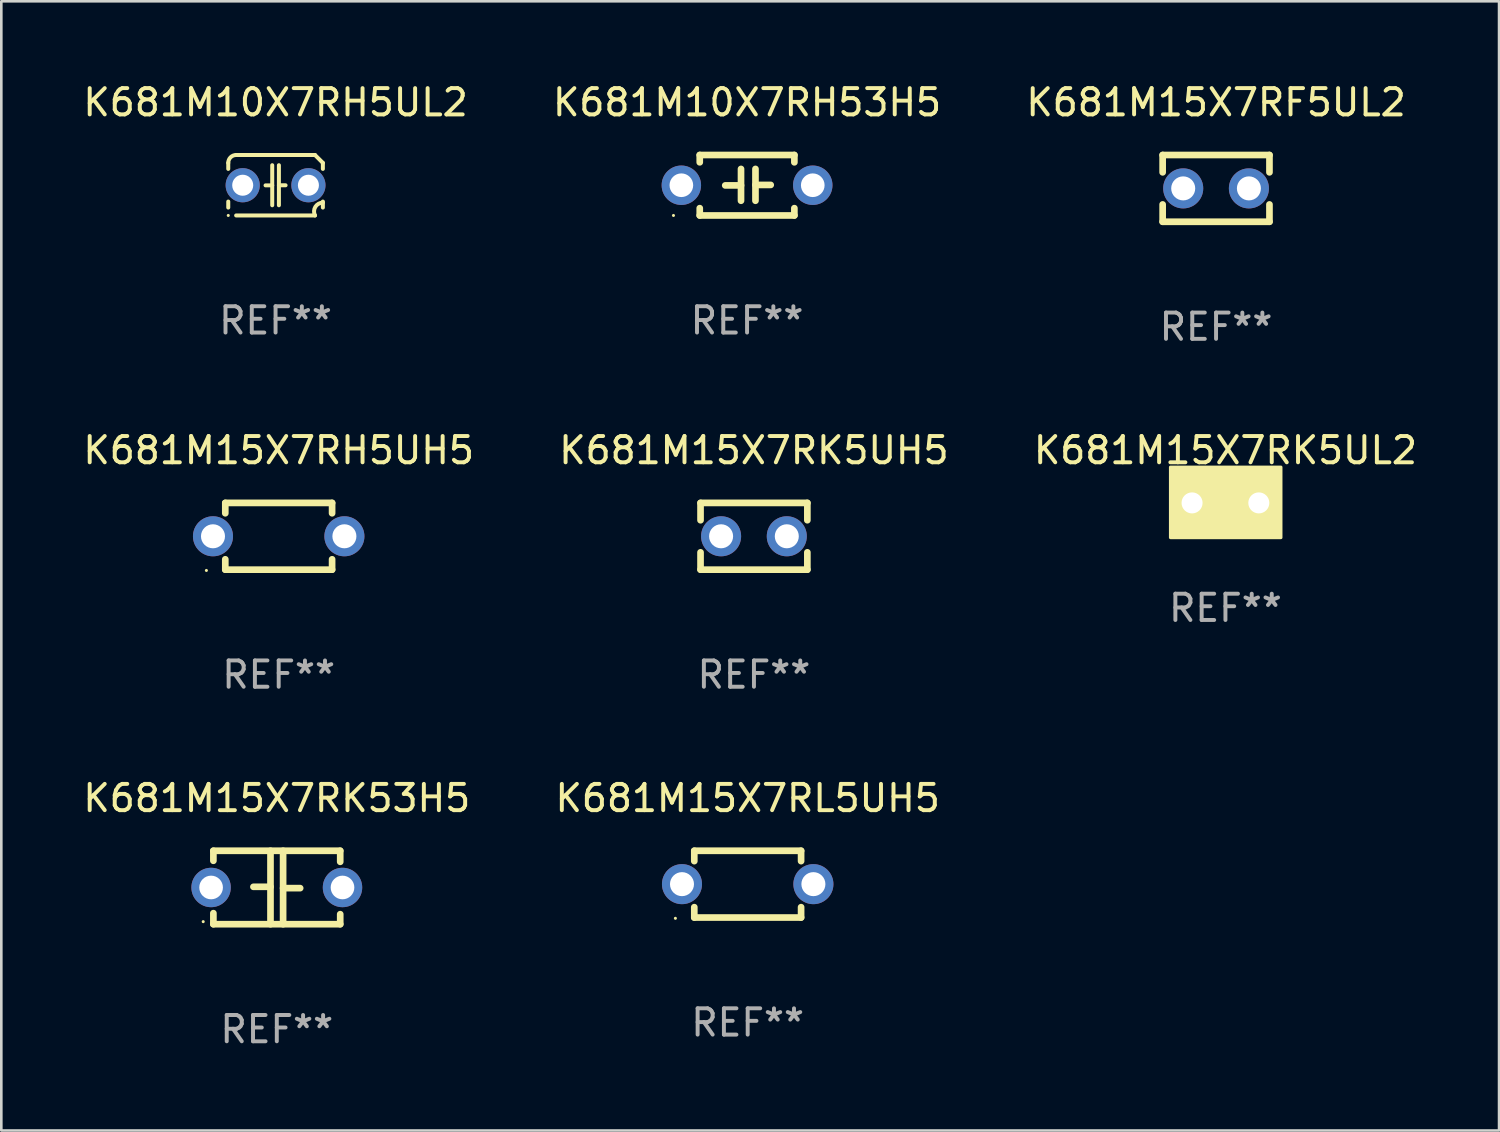
<source format=kicad_pcb>
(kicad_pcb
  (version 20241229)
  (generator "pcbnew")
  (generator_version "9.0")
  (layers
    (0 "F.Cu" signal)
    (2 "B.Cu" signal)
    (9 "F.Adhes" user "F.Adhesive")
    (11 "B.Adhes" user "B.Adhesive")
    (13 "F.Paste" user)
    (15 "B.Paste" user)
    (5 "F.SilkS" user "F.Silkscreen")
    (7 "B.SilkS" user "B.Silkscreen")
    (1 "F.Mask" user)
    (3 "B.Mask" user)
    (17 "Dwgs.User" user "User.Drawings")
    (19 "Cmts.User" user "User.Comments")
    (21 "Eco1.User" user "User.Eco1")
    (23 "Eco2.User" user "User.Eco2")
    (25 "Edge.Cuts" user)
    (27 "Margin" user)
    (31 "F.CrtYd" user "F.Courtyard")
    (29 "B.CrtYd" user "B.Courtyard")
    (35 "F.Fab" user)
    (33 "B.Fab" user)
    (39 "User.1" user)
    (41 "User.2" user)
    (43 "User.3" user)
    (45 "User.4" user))
  (footprint "K681M15X7RK53H5"
    (layer "F.Cu")
    (at 7.482 30.718)
    (property "Reference" "K681M15X7RK53H5" (at 0 -3.397 0) (layer "F.SilkS") (effects (font (size 1 1) (thickness 0.15))))
    (attr through_hole)
    (fp_line (start -2.413 -1.397) (end 2.413 -1.397) (stroke (width 0.254) (type solid)) (layer "F.SilkS"))
    (fp_line (start -2.413 -1.016) (end -2.413 -1.397) (stroke (width 0.254) (type solid)) (layer "F.SilkS"))
    (fp_line (start -2.413 0.977) (end -2.413 1.397) (stroke (width 0.254) (type solid)) (layer "F.SilkS"))
    (fp_line (start -0.24 -0.025) (end -0.889 -0.025) (stroke (width 0.254) (type solid)) (layer "F.SilkS"))
    (fp_line (start -0.24 1.397) (end -0.24 -1.397) (stroke (width 0.254) (type solid)) (layer "F.SilkS"))
    (fp_line (start 0.24 -1.397) (end 0.24 1.397) (stroke (width 0.254) (type solid)) (layer "F.SilkS"))
    (fp_line (start 0.24 0.025) (end 0.889 0.025) (stroke (width 0.254) (type solid)) (layer "F.SilkS"))
    (fp_line (start 2.413 -0.977) (end 2.413 -1.397) (stroke (width 0.254) (type solid)) (layer "F.SilkS"))
    (fp_line (start 2.413 1.016) (end 2.413 1.397) (stroke (width 0.254) (type solid)) (layer "F.SilkS"))
    (fp_line (start 2.413 1.397) (end -2.413 1.397) (stroke (width 0.254) (type solid)) (layer "F.SilkS"))
    (fp_circle (center -2.8 1.3) (end -2.77 1.3) (stroke (width 0.06) (type solid)) (fill no) (layer "F.SilkS"))
    (fp_text user "REF**" (at 0 5.397 0) (layer "F.Fab") (effects (font (size 1 1) (thickness 0.15))))
    (pad "1" thru_hole circle (at -2.5 0) (size 1.5 1.5) (drill 0.9) (layers "*.Cu" "*.Mask"))
    (pad "2" thru_hole circle (at 2.5 0) (size 1.5 1.5) (drill 0.9) (layers "*.Cu" "*.Mask")))
  (footprint "K681M10X7RH5UL2"
    (layer "F.Cu")
    (at 7.435 3.998)
    (property "Reference" "K681M10X7RH5UL2" (at 0 -3.15 0) (layer "F.SilkS") (effects (font (size 1 1) (thickness 0.15))))
    (attr through_hole)
    (fp_line (start -1.8 -0.621) (end -1.8 -0.85) (stroke (width 0.152) (type solid)) (layer "F.SilkS"))
    (fp_line (start -1.8 0.85) (end -1.8 0.621) (stroke (width 0.152) (type solid)) (layer "F.SilkS"))
    (fp_line (start -1.5 -1.15) (end 1.5 -1.15) (stroke (width 0.152) (type solid)) (layer "F.SilkS"))
    (fp_line (start -0.127 -0.762) (end -0.127 0.762) (stroke (width 0.152) (type solid)) (layer "F.SilkS"))
    (fp_line (start -0.127 0.005) (end -0.381 0.005) (stroke (width 0.152) (type solid)) (layer "F.SilkS"))
    (fp_line (start 0.127 -0.762) (end 0.127 0.762) (stroke (width 0.152) (type solid)) (layer "F.SilkS"))
    (fp_line (start 0.127 0.002) (end 0.381 0.002) (stroke (width 0.152) (type solid)) (layer "F.SilkS"))
    (fp_line (start 1.5 1.15) (end -1.5 1.15) (stroke (width 0.152) (type solid)) (layer "F.SilkS"))
    (fp_line (start 1.8 -0.85) (end 1.8 -0.621) (stroke (width 0.152) (type solid)) (layer "F.SilkS"))
    (fp_line (start 1.8 0.621) (end 1.8 0.85) (stroke (width 0.152) (type solid)) (layer "F.SilkS"))
    (fp_arc (start -1.799975 -0.849987) (mid -1.712107 -1.062119) (end -1.499975 -1.149987) (stroke (width 0.151994) (type solid)) (layer "F.SilkS"))
    (fp_arc (start 1.499975 1.149987) (mid 1.513726 0.822359) (end 1.799975 0.662387) (stroke (width 0.151994) (type solid)) (layer "F.SilkS"))
    (fp_arc (start 1.500001 -1.149986) (mid 1.650015 -1.000001) (end 1.8 -0.849987) (stroke (width 0.151994) (type solid)) (layer "F.SilkS"))
    (fp_circle (center -1.8 1.15) (end -1.77 1.15) (stroke (width 0.06) (type solid)) (fill no) (layer "F.SilkS"))
    (fp_text user "REF**" (at 0 5.15 0) (layer "F.Fab") (effects (font (size 1 1) (thickness 0.15))))
    (pad "1" thru_hole circle (at -1.25 0) (size 1.3 1.3) (drill 0.8) (layers "*.Cu" "*.Mask"))
    (pad "2" thru_hole circle (at 1.25 0) (size 1.3 1.3) (drill 0.8) (layers "*.Cu" "*.Mask")))
  (footprint "K681M15X7RK5UL2"
    (layer "F.Cu")
    (at 43.577 16.085)
    (property "Reference" "K681M15X7RK5UL2" (at 0 -2 0) (layer "F.SilkS") (effects (font (size 1 1) (thickness 0.15))))
    (attr through_hole)
    (fp_circle (center -2 1.3) (end -1.97 1.3) (stroke (width 0.06) (type solid)) (fill no) (layer "F.SilkS"))
    (fp_poly (pts (xy -2.09 -1.36) (xy 2.11 -1.36) (xy 2.11 1.32) (xy -2.09 1.32)) (stroke (width 0.12) (type solid)) (fill yes) (layer "F.SilkS"))
    (fp_text user "REF**" (at 0 4 0) (layer "F.Fab") (effects (font (size 1 1) (thickness 0.15))))
    (pad "1" thru_hole circle (at -1.27 0) (size 1.4 1.4) (drill 0.8) (layers "*.Cu" "*.Mask"))
    (pad "2" thru_hole circle (at 1.27 0) (size 1.4 1.4) (drill 0.8) (layers "*.Cu" "*.Mask")))
  (footprint "K681M10X7RH53H5"
    (layer "F.Cu")
    (at 25.375 3.998)
    (property "Reference" "K681M10X7RH53H5" (at 0 -3.15 0) (layer "F.SilkS") (effects (font (size 1 1) (thickness 0.15))))
    (attr through_hole)
    (fp_line (start -1.8 -1.15) (end -1.8 -0.872) (stroke (width 0.254) (type solid)) (layer "F.SilkS"))
    (fp_line (start -1.8 -1.15) (end 1.8 -1.15) (stroke (width 0.254) (type solid)) (layer "F.SilkS"))
    (fp_line (start -1.8 0.872) (end -1.8 1.15) (stroke (width 0.254) (type solid)) (layer "F.SilkS"))
    (fp_line (start -1.8 1.15) (end 1.8 1.15) (stroke (width 0.254) (type solid)) (layer "F.SilkS"))
    (fp_line (start -0.23 -0.62) (end -0.23 0.59) (stroke (width 0.254) (type solid)) (layer "F.SilkS"))
    (fp_line (start -0.23 0.007) (end -0.83 0.007) (stroke (width 0.254) (type solid)) (layer "F.SilkS"))
    (fp_line (start 0.32 -0.62) (end 0.32 0.59) (stroke (width 0.254) (type solid)) (layer "F.SilkS"))
    (fp_line (start 0.32 -0.012) (end 0.9 -0.012) (stroke (width 0.254) (type solid)) (layer "F.SilkS"))
    (fp_line (start 1.8 -1.15) (end 1.8 -0.872) (stroke (width 0.254) (type solid)) (layer "F.SilkS"))
    (fp_line (start 1.8 0.872) (end 1.8 1.15) (stroke (width 0.254) (type solid)) (layer "F.SilkS"))
    (fp_circle (center -2.8 1.15) (end -2.77 1.15) (stroke (width 0.06) (type solid)) (fill no) (layer "F.SilkS"))
    (fp_text user "REF**" (at 0 5.15 0) (layer "F.Fab") (effects (font (size 1 1) (thickness 0.15))))
    (pad "1" thru_hole circle (at -2.5 0) (size 1.5 1.5) (drill 0.9) (layers "*.Cu" "*.Mask"))
    (pad "2" thru_hole circle (at 2.5 0) (size 1.5 1.5) (drill 0.9) (layers "*.Cu" "*.Mask")))
  (footprint "K681M15X7RL5UH5"
    (layer "F.Cu")
    (at 25.399 30.591)
    (property "Reference" "K681M15X7RL5UH5" (at 0 -3.27 0) (layer "F.SilkS") (effects (font (size 1 1) (thickness 0.15))))
    (attr through_hole)
    (fp_line (start -2.032 -1.27) (end -2.032 -0.876) (stroke (width 0.254) (type solid)) (layer "F.SilkS"))
    (fp_line (start -2.032 0.876) (end -2.032 1.27) (stroke (width 0.254) (type solid)) (layer "F.SilkS"))
    (fp_line (start -2.032 1.27) (end 2.032 1.27) (stroke (width 0.254) (type solid)) (layer "F.SilkS"))
    (fp_line (start 2.032 -1.27) (end -2.032 -1.27) (stroke (width 0.254) (type solid)) (layer "F.SilkS"))
    (fp_line (start 2.032 -0.876) (end 2.032 -1.27) (stroke (width 0.254) (type solid)) (layer "F.SilkS"))
    (fp_line (start 2.032 1.27) (end 2.032 0.876) (stroke (width 0.254) (type solid)) (layer "F.SilkS"))
    (fp_circle (center -2.751 1.3) (end -2.721 1.3) (stroke (width 0.06) (type solid)) (fill no) (layer "F.SilkS"))
    (fp_text user "REF**" (at 0 5.27 0) (layer "F.Fab") (effects (font (size 1 1) (thickness 0.15))))
    (pad "1" thru_hole circle (at -2.5 0) (size 1.524 1.524) (drill 0.914) (layers "*.Cu" "*.Mask"))
    (pad "2" thru_hole circle (at 2.5 0) (size 1.524 1.524) (drill 0.914) (layers "*.Cu" "*.Mask")))
  (footprint "K681M15X7RF5UL2"
    (layer "F.Cu")
    (at 43.22 4.118)
    (property "Reference" "K681M15X7RF5UL2" (at 0 -3.27 0) (layer "F.SilkS") (effects (font (size 1 1) (thickness 0.15))))
    (attr through_hole)
    (fp_line (start -2.032 -1.27) (end -2.032 -0.611) (stroke (width 0.254) (type solid)) (layer "F.SilkS"))
    (fp_line (start -2.032 0.611) (end -2.032 1.27) (stroke (width 0.254) (type solid)) (layer "F.SilkS"))
    (fp_line (start -2.032 1.27) (end 2.032 1.27) (stroke (width 0.254) (type solid)) (layer "F.SilkS"))
    (fp_line (start 2.032 -1.27) (end -2.032 -1.27) (stroke (width 0.254) (type solid)) (layer "F.SilkS"))
    (fp_line (start 2.032 -0.611) (end 2.032 -1.27) (stroke (width 0.254) (type solid)) (layer "F.SilkS"))
    (fp_line (start 2.032 1.27) (end 2.032 0.611) (stroke (width 0.254) (type solid)) (layer "F.SilkS"))
    (fp_circle (center -2 1.3) (end -1.97 1.3) (stroke (width 0.06) (type solid)) (fill no) (layer "F.SilkS"))
    (fp_text user "REF**" (at 0 5.27 0) (layer "F.Fab") (effects (font (size 1 1) (thickness 0.15))))
    (pad "1" thru_hole circle (at -1.25 0) (size 1.524 1.524) (drill 0.914) (layers "*.Cu" "*.Mask"))
    (pad "2" thru_hole circle (at 1.25 0) (size 1.524 1.524) (drill 0.914) (layers "*.Cu" "*.Mask")))
  (footprint "K681M15X7RH5UH5"
    (layer "F.Cu")
    (at 7.554 17.355)
    (property "Reference" "K681M15X7RH5UH5" (at 0 -3.27 0) (layer "F.SilkS") (effects (font (size 1 1) (thickness 0.15))))
    (attr through_hole)
    (fp_line (start -2.032 -1.27) (end -2.032 -0.876) (stroke (width 0.254) (type solid)) (layer "F.SilkS"))
    (fp_line (start -2.032 0.876) (end -2.032 1.27) (stroke (width 0.254) (type solid)) (layer "F.SilkS"))
    (fp_line (start -2.032 1.27) (end 2.032 1.27) (stroke (width 0.254) (type solid)) (layer "F.SilkS"))
    (fp_line (start 2.032 -1.27) (end -2.032 -1.27) (stroke (width 0.254) (type solid)) (layer "F.SilkS"))
    (fp_line (start 2.032 -0.876) (end 2.032 -1.27) (stroke (width 0.254) (type solid)) (layer "F.SilkS"))
    (fp_line (start 2.032 1.27) (end 2.032 0.876) (stroke (width 0.254) (type solid)) (layer "F.SilkS"))
    (fp_circle (center -2.751 1.3) (end -2.721 1.3) (stroke (width 0.06) (type solid)) (fill no) (layer "F.SilkS"))
    (fp_text user "REF**" (at 0 5.27 0) (layer "F.Fab") (effects (font (size 1 1) (thickness 0.15))))
    (pad "1" thru_hole circle (at -2.5 0) (size 1.524 1.524) (drill 0.914) (layers "*.Cu" "*.Mask"))
    (pad "2" thru_hole circle (at 2.5 0) (size 1.524 1.524) (drill 0.914) (layers "*.Cu" "*.Mask")))
  (footprint "K681M15X7RK5UH5"
    (layer "F.Cu")
    (at 25.637 17.355)
    (property "Reference" "K681M15X7RK5UH5" (at 0 -3.27 0) (layer "F.SilkS") (effects (font (size 1 1) (thickness 0.15))))
    (attr through_hole)
    (fp_line (start -2.032 -1.27) (end -2.032 -0.611) (stroke (width 0.254) (type solid)) (layer "F.SilkS"))
    (fp_line (start -2.032 0.611) (end -2.032 1.27) (stroke (width 0.254) (type solid)) (layer "F.SilkS"))
    (fp_line (start -2.032 1.27) (end 2.032 1.27) (stroke (width 0.254) (type solid)) (layer "F.SilkS"))
    (fp_line (start 2.032 -1.27) (end -2.032 -1.27) (stroke (width 0.254) (type solid)) (layer "F.SilkS"))
    (fp_line (start 2.032 -0.611) (end 2.032 -1.27) (stroke (width 0.254) (type solid)) (layer "F.SilkS"))
    (fp_line (start 2.032 1.27) (end 2.032 0.611) (stroke (width 0.254) (type solid)) (layer "F.SilkS"))
    (fp_circle (center -2 1.3) (end -1.97 1.3) (stroke (width 0.06) (type solid)) (fill no) (layer "F.SilkS"))
    (fp_text user "REF**" (at 0 5.27 0) (layer "F.Fab") (effects (font (size 1 1) (thickness 0.15))))
    (pad "1" thru_hole circle (at -1.25 0) (size 1.524 1.524) (drill 0.914) (layers "*.Cu" "*.Mask"))
    (pad "2" thru_hole circle (at 1.25 0) (size 1.524 1.524) (drill 0.914) (layers "*.Cu" "*.Mask")))
  (gr_rect
    (start -3 -3)
    (end 53.988 39.964)
    (stroke (width 0.1) (type default))
    (fill no)
    (layer "Edge.Cuts")))
</source>
